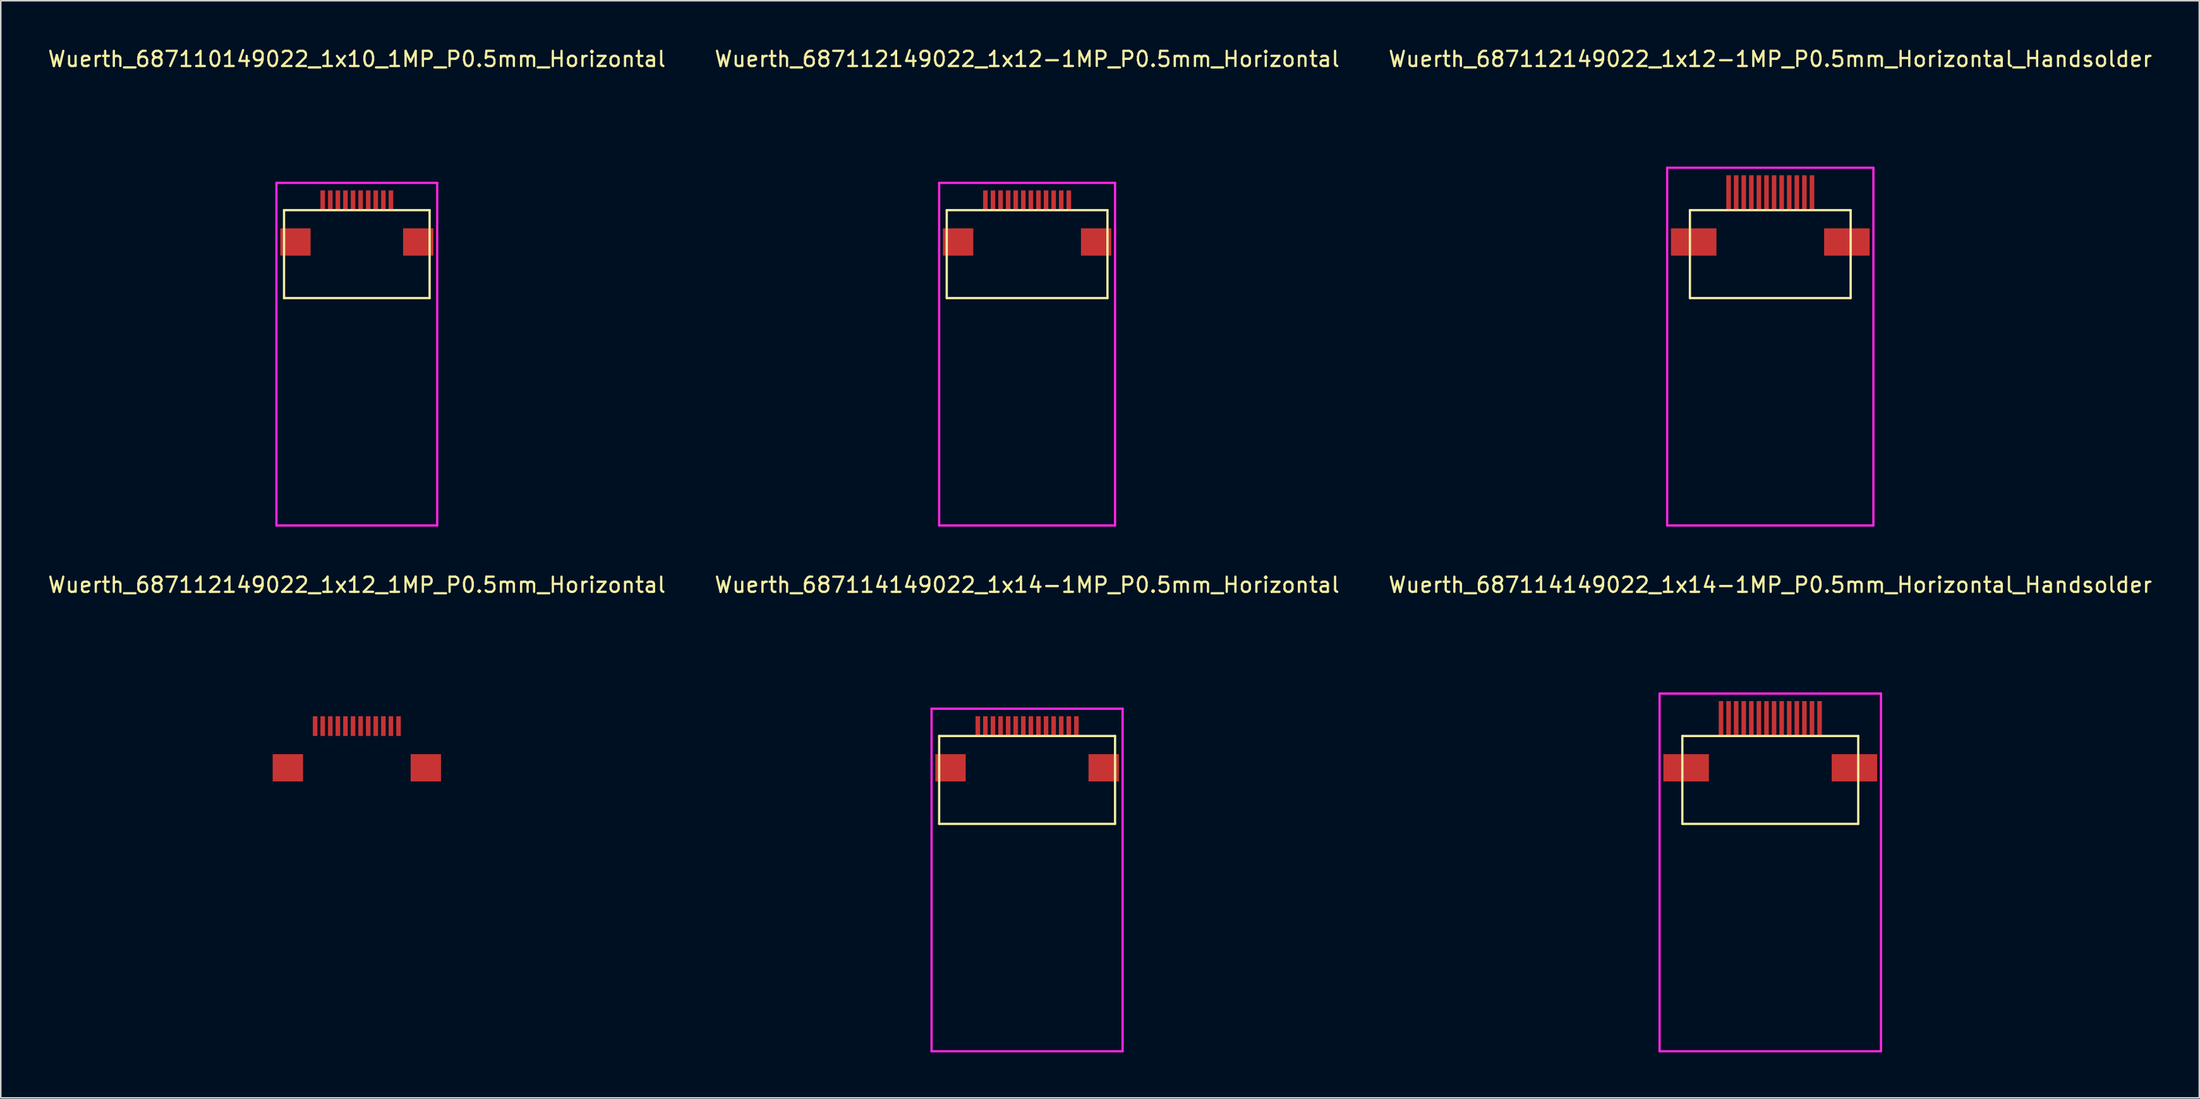
<source format=kicad_pcb>
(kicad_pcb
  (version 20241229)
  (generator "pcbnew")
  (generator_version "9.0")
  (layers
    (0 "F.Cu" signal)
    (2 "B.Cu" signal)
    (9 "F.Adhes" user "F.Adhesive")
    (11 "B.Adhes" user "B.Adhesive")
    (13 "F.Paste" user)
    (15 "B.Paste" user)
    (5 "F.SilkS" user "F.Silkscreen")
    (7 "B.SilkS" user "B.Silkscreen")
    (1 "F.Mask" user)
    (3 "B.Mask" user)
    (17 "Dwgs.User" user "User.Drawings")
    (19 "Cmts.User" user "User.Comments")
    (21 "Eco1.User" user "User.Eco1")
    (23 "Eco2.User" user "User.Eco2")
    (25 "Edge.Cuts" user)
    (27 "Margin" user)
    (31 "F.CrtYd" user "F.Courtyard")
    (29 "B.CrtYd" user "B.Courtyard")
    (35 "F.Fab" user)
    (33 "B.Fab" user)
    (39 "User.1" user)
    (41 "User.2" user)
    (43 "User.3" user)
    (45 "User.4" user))
  (footprint "Wuerth_687112149022_1x12-1MP_P0.5mm_Horizontal_Handsolder"
    (layer "F.Cu")
    (at 113.696 12.913)
    (property "Reference" "Wuerth_687112149022_1x12-1MP_P0.5mm_Horizontal_Handsolder" (at 0 -12.065 0) (layer "F.SilkS") (effects (font (size 1 1) (thickness 0.15))))
    (attr through_hole)
    (fp_line (start -5.3 -2.1) (end 5.3 -2.1) (stroke (width 0.15) (type solid)) (layer "F.SilkS"))
    (fp_line (start -5.3 3.7) (end -5.3 -2.1) (stroke (width 0.15) (type solid)) (layer "F.SilkS"))
    (fp_line (start 5.3 -2.1) (end 5.3 3.7) (stroke (width 0.15) (type solid)) (layer "F.SilkS"))
    (fp_line (start 5.3 3.7) (end -5.3 3.7) (stroke (width 0.15) (type solid)) (layer "F.SilkS"))
    (fp_line (start -6.8 -4.9) (end 6.8 -4.9) (stroke (width 0.15) (type solid)) (layer "F.CrtYd"))
    (fp_line (start -6.8 18.7) (end -6.8 -4.9) (stroke (width 0.15) (type solid)) (layer "F.CrtYd"))
    (fp_line (start 6.8 -4.9) (end 6.8 18.7) (stroke (width 0.15) (type solid)) (layer "F.CrtYd"))
    (fp_line (start 6.8 18.7) (end -6.8 18.7) (stroke (width 0.15) (type solid)) (layer "F.CrtYd"))
    (pad "1" smd rect (at -2.75 -3.25) (size 0.3 2.3) (layers "F.Cu" "F.Mask"))
    (pad "2" smd rect (at -2.25 -3.25) (size 0.3 2.3) (layers "F.Cu" "F.Mask"))
    (pad "3" smd rect (at -1.75 -3.25) (size 0.3 2.3) (layers "F.Cu" "F.Mask"))
    (pad "4" smd rect (at -1.25 -3.25) (size 0.3 2.3) (layers "F.Cu" "F.Mask"))
    (pad "5" smd rect (at -0.75 -3.25) (size 0.3 2.3) (layers "F.Cu" "F.Mask"))
    (pad "6" smd rect (at -0.25 -3.25) (size 0.3 2.3) (layers "F.Cu" "F.Mask"))
    (pad "7" smd rect (at 0.25 -3.25) (size 0.3 2.3) (layers "F.Cu" "F.Mask"))
    (pad "8" smd rect (at 0.75 -3.25) (size 0.3 2.3) (layers "F.Cu" "F.Mask"))
    (pad "9" smd rect (at 1.25 -3.25) (size 0.3 2.3) (layers "F.Cu" "F.Mask"))
    (pad "10" smd rect (at 1.75 -3.25) (size 0.3 2.3) (layers "F.Cu" "F.Mask"))
    (pad "11" smd rect (at 2.25 -3.25) (size 0.3 2.3) (layers "F.Cu" "F.Mask"))
    (pad "12" smd rect (at 2.75 -3.25) (size 0.3 2.3) (layers "F.Cu" "F.Mask"))
    (pad "MP" smd rect (at -5.05 0) (size 3 1.8) (layers "F.Cu" "F.Mask"))
    (pad "MP" smd rect (at 5.05 0) (size 3 1.8) (layers "F.Cu" "F.Mask")))
  (footprint "Wuerth_687114149022_1x14-1MP_P0.5mm_Horizontal_Handsolder"
    (layer "F.Cu")
    (at 113.696 47.602)
    (property "Reference" "Wuerth_687114149022_1x14-1MP_P0.5mm_Horizontal_Handsolder" (at 0 -12.065 0) (layer "F.SilkS") (effects (font (size 1 1) (thickness 0.15))))
    (attr through_hole)
    (fp_line (start -5.8 -2.1) (end 5.8 -2.1) (stroke (width 0.15) (type solid)) (layer "F.SilkS"))
    (fp_line (start -5.8 3.7) (end -5.8 -2.1) (stroke (width 0.15) (type solid)) (layer "F.SilkS"))
    (fp_line (start 5.8 -2.1) (end 5.8 3.7) (stroke (width 0.15) (type solid)) (layer "F.SilkS"))
    (fp_line (start 5.8 3.7) (end -5.8 3.7) (stroke (width 0.15) (type solid)) (layer "F.SilkS"))
    (fp_line (start -7.3 -4.9) (end 7.3 -4.9) (stroke (width 0.15) (type solid)) (layer "F.CrtYd"))
    (fp_line (start -7.3 18.7) (end -7.3 -4.9) (stroke (width 0.15) (type solid)) (layer "F.CrtYd"))
    (fp_line (start 7.3 -4.9) (end 7.3 18.7) (stroke (width 0.15) (type solid)) (layer "F.CrtYd"))
    (fp_line (start 7.3 18.7) (end -7.3 18.7) (stroke (width 0.15) (type solid)) (layer "F.CrtYd"))
    (pad "1" smd rect (at -3.25 -3.25) (size 0.3 2.3) (layers "F.Cu" "F.Mask"))
    (pad "2" smd rect (at -2.75 -3.25) (size 0.3 2.3) (layers "F.Cu" "F.Mask"))
    (pad "3" smd rect (at -2.25 -3.25) (size 0.3 2.3) (layers "F.Cu" "F.Mask"))
    (pad "4" smd rect (at -1.75 -3.25) (size 0.3 2.3) (layers "F.Cu" "F.Mask"))
    (pad "5" smd rect (at -1.25 -3.25) (size 0.3 2.3) (layers "F.Cu" "F.Mask"))
    (pad "6" smd rect (at -0.75 -3.25) (size 0.3 2.3) (layers "F.Cu" "F.Mask"))
    (pad "7" smd rect (at -0.25 -3.25) (size 0.3 2.3) (layers "F.Cu" "F.Mask"))
    (pad "8" smd rect (at 0.25 -3.25) (size 0.3 2.3) (layers "F.Cu" "F.Mask"))
    (pad "9" smd rect (at 0.75 -3.25) (size 0.3 2.3) (layers "F.Cu" "F.Mask"))
    (pad "10" smd rect (at 1.25 -3.25) (size 0.3 2.3) (layers "F.Cu" "F.Mask"))
    (pad "11" smd rect (at 1.75 -3.25) (size 0.3 2.3) (layers "F.Cu" "F.Mask"))
    (pad "12" smd rect (at 2.25 -3.25) (size 0.3 2.3) (layers "F.Cu" "F.Mask"))
    (pad "13" smd rect (at 2.75 -3.25) (size 0.3 2.3) (layers "F.Cu" "F.Mask"))
    (pad "14" smd rect (at 3.25 -3.25) (size 0.3 2.3) (layers "F.Cu" "F.Mask"))
    (pad "MP" smd rect (at -5.55 0) (size 3 1.8) (layers "F.Cu" "F.Mask"))
    (pad "MP" smd rect (at 5.55 0) (size 3 1.8) (layers "F.Cu" "F.Mask")))
  (footprint "Wuerth_687114149022_1x14-1MP_P0.5mm_Horizontal"
    (layer "F.Cu")
    (at 64.685 47.602)
    (property "Reference" "Wuerth_687114149022_1x14-1MP_P0.5mm_Horizontal" (at 0 -12.065 0) (layer "F.SilkS") (effects (font (size 1 1) (thickness 0.15))))
    (attr through_hole)
    (fp_line (start -5.8 -2.1) (end 5.8 -2.1) (stroke (width 0.15) (type solid)) (layer "F.SilkS"))
    (fp_line (start -5.8 3.7) (end -5.8 -2.1) (stroke (width 0.15) (type solid)) (layer "F.SilkS"))
    (fp_line (start 5.8 -2.1) (end 5.8 3.7) (stroke (width 0.15) (type solid)) (layer "F.SilkS"))
    (fp_line (start 5.8 3.7) (end -5.8 3.7) (stroke (width 0.15) (type solid)) (layer "F.SilkS"))
    (fp_line (start -6.3 -3.9) (end 6.3 -3.9) (stroke (width 0.15) (type solid)) (layer "F.CrtYd"))
    (fp_line (start -6.3 18.7) (end -6.3 -3.9) (stroke (width 0.15) (type solid)) (layer "F.CrtYd"))
    (fp_line (start 6.3 -3.9) (end 6.3 18.7) (stroke (width 0.15) (type solid)) (layer "F.CrtYd"))
    (fp_line (start 6.3 18.7) (end -6.3 18.7) (stroke (width 0.15) (type solid)) (layer "F.CrtYd"))
    (pad "1" smd rect (at -3.25 -2.75) (size 0.3 1.3) (layers "F.Cu" "F.Mask" "F.Paste"))
    (pad "2" smd rect (at -2.75 -2.75) (size 0.3 1.3) (layers "F.Cu" "F.Mask" "F.Paste"))
    (pad "3" smd rect (at -2.25 -2.75) (size 0.3 1.3) (layers "F.Cu" "F.Mask" "F.Paste"))
    (pad "4" smd rect (at -1.75 -2.75) (size 0.3 1.3) (layers "F.Cu" "F.Mask" "F.Paste"))
    (pad "5" smd rect (at -1.25 -2.75) (size 0.3 1.3) (layers "F.Cu" "F.Mask" "F.Paste"))
    (pad "6" smd rect (at -0.75 -2.75) (size 0.3 1.3) (layers "F.Cu" "F.Mask" "F.Paste"))
    (pad "7" smd rect (at -0.25 -2.75) (size 0.3 1.3) (layers "F.Cu" "F.Mask" "F.Paste"))
    (pad "8" smd rect (at 0.25 -2.75) (size 0.3 1.3) (layers "F.Cu" "F.Mask" "F.Paste"))
    (pad "9" smd rect (at 0.75 -2.75) (size 0.3 1.3) (layers "F.Cu" "F.Mask" "F.Paste"))
    (pad "10" smd rect (at 1.25 -2.75) (size 0.3 1.3) (layers "F.Cu" "F.Mask" "F.Paste"))
    (pad "11" smd rect (at 1.75 -2.75) (size 0.3 1.3) (layers "F.Cu" "F.Mask" "F.Paste"))
    (pad "12" smd rect (at 2.25 -2.75) (size 0.3 1.3) (layers "F.Cu" "F.Mask" "F.Paste"))
    (pad "13" smd rect (at 2.75 -2.75) (size 0.3 1.3) (layers "F.Cu" "F.Mask" "F.Paste"))
    (pad "14" smd rect (at 3.25 -2.75) (size 0.3 1.3) (layers "F.Cu" "F.Mask" "F.Paste"))
    (pad "MP" smd rect (at -5.05 0) (size 2 1.8) (layers "F.Cu" "F.Mask" "F.Paste"))
    (pad "MP" smd rect (at 5.05 0) (size 2 1.8) (layers "F.Cu" "F.Mask" "F.Paste")))
  (footprint "Wuerth_687112149022_1x12_1MP_P0.5mm_Horizontal"
    (layer "F.Cu")
    (at 20.482 47.602)
    (property "Reference" "Wuerth_687112149022_1x12_1MP_P0.5mm_Horizontal" (at 0 -12.065 0) (layer "F.SilkS") (effects (font (size 1 1) (thickness 0.15))))
    (attr through_hole)
    (pad "1" smd rect (at -2.75 -2.75) (size 0.3 1.3) (layers "F.Cu" "F.Mask"))
    (pad "2" smd rect (at -2.25 -2.75) (size 0.3 1.3) (layers "F.Cu" "F.Mask"))
    (pad "3" smd rect (at -1.75 -2.75) (size 0.3 1.3) (layers "F.Cu" "F.Mask"))
    (pad "4" smd rect (at -1.25 -2.75) (size 0.3 1.3) (layers "F.Cu" "F.Mask"))
    (pad "5" smd rect (at -0.75 -2.75) (size 0.3 1.3) (layers "F.Cu" "F.Mask"))
    (pad "6" smd rect (at -0.25 -2.75) (size 0.3 1.3) (layers "F.Cu" "F.Mask"))
    (pad "7" smd rect (at 0.25 -2.75) (size 0.3 1.3) (layers "F.Cu" "F.Mask"))
    (pad "8" smd rect (at 0.75 -2.75) (size 0.3 1.3) (layers "F.Cu" "F.Mask"))
    (pad "9" smd rect (at 1.25 -2.75) (size 0.3 1.3) (layers "F.Cu" "F.Mask"))
    (pad "10" smd rect (at 1.75 -2.75) (size 0.3 1.3) (layers "F.Cu" "F.Mask"))
    (pad "11" smd rect (at 2.25 -2.75) (size 0.3 1.3) (layers "F.Cu" "F.Mask"))
    (pad "12" smd rect (at 2.75 -2.75) (size 0.3 1.3) (layers "F.Cu" "F.Mask"))
    (pad "MP" smd rect (at -4.55 0) (size 2 1.8) (layers "F.Cu" "F.Mask"))
    (pad "MP" smd rect (at 4.55 0) (size 2 1.8) (layers "F.Cu" "F.Mask")))
  (footprint "Wuerth_687110149022_1x10_1MP_P0.5mm_Horizontal"
    (layer "F.Cu")
    (at 20.482 12.913)
    (property "Reference" "Wuerth_687110149022_1x10_1MP_P0.5mm_Horizontal" (at 0 -12.065 0) (layer "F.SilkS") (effects (font (size 1 1) (thickness 0.15))))
    (attr through_hole)
    (fp_line (start -4.8 -2.1) (end 4.8 -2.1) (stroke (width 0.15) (type solid)) (layer "F.SilkS"))
    (fp_line (start -4.8 3.7) (end -4.8 -2.1) (stroke (width 0.15) (type solid)) (layer "F.SilkS"))
    (fp_line (start 4.8 -2.1) (end 4.8 3.7) (stroke (width 0.15) (type solid)) (layer "F.SilkS"))
    (fp_line (start 4.8 3.7) (end -4.8 3.7) (stroke (width 0.15) (type solid)) (layer "F.SilkS"))
    (fp_line (start -5.3 -3.9) (end 5.3 -3.9) (stroke (width 0.15) (type solid)) (layer "F.CrtYd"))
    (fp_line (start -5.3 18.7) (end -5.3 -3.9) (stroke (width 0.15) (type solid)) (layer "F.CrtYd"))
    (fp_line (start 5.3 -3.9) (end 5.3 18.7) (stroke (width 0.15) (type solid)) (layer "F.CrtYd"))
    (fp_line (start 5.3 18.7) (end -5.3 18.7) (stroke (width 0.15) (type solid)) (layer "F.CrtYd"))
    (pad "1" smd rect (at -2.25 -2.75) (size 0.3 1.3) (layers "F.Cu" "F.Mask"))
    (pad "2" smd rect (at -1.75 -2.75) (size 0.3 1.3) (layers "F.Cu" "F.Mask"))
    (pad "3" smd rect (at -1.25 -2.75) (size 0.3 1.3) (layers "F.Cu" "F.Mask"))
    (pad "4" smd rect (at -0.75 -2.75) (size 0.3 1.3) (layers "F.Cu" "F.Mask"))
    (pad "5" smd rect (at -0.25 -2.75) (size 0.3 1.3) (layers "F.Cu" "F.Mask"))
    (pad "6" smd rect (at 0.25 -2.75) (size 0.3 1.3) (layers "F.Cu" "F.Mask"))
    (pad "7" smd rect (at 0.75 -2.75) (size 0.3 1.3) (layers "F.Cu" "F.Mask"))
    (pad "8" smd rect (at 1.25 -2.75) (size 0.3 1.3) (layers "F.Cu" "F.Mask"))
    (pad "9" smd rect (at 1.75 -2.75) (size 0.3 1.3) (layers "F.Cu" "F.Mask"))
    (pad "10" smd rect (at 2.25 -2.75) (size 0.3 1.3) (layers "F.Cu" "F.Mask"))
    (pad "MP" smd rect (at -4.05 0) (size 2 1.8) (layers "F.Cu" "F.Mask"))
    (pad "MP" smd rect (at 4.05 0) (size 2 1.8) (layers "F.Cu" "F.Mask")))
  (footprint "Wuerth_687112149022_1x12-1MP_P0.5mm_Horizontal"
    (layer "F.Cu")
    (at 64.685 12.913)
    (property "Reference" "Wuerth_687112149022_1x12-1MP_P0.5mm_Horizontal" (at 0 -12.065 0) (layer "F.SilkS") (effects (font (size 1 1) (thickness 0.15))))
    (attr through_hole)
    (fp_line (start -5.3 -2.1) (end 5.3 -2.1) (stroke (width 0.15) (type solid)) (layer "F.SilkS"))
    (fp_line (start -5.3 3.7) (end -5.3 -2.1) (stroke (width 0.15) (type solid)) (layer "F.SilkS"))
    (fp_line (start 5.3 -2.1) (end 5.3 3.7) (stroke (width 0.15) (type solid)) (layer "F.SilkS"))
    (fp_line (start 5.3 3.7) (end -5.3 3.7) (stroke (width 0.15) (type solid)) (layer "F.SilkS"))
    (fp_line (start -5.8 -3.9) (end 5.8 -3.9) (stroke (width 0.15) (type solid)) (layer "F.CrtYd"))
    (fp_line (start -5.8 18.7) (end -5.8 -3.9) (stroke (width 0.15) (type solid)) (layer "F.CrtYd"))
    (fp_line (start 5.8 -3.9) (end 5.8 18.7) (stroke (width 0.15) (type solid)) (layer "F.CrtYd"))
    (fp_line (start 5.8 18.7) (end -5.8 18.7) (stroke (width 0.15) (type solid)) (layer "F.CrtYd"))
    (pad "1" smd rect (at -2.75 -2.75) (size 0.3 1.3) (layers "F.Cu" "F.Mask" "F.Paste"))
    (pad "2" smd rect (at -2.25 -2.75) (size 0.3 1.3) (layers "F.Cu" "F.Mask" "F.Paste"))
    (pad "3" smd rect (at -1.75 -2.75) (size 0.3 1.3) (layers "F.Cu" "F.Mask" "F.Paste"))
    (pad "4" smd rect (at -1.25 -2.75) (size 0.3 1.3) (layers "F.Cu" "F.Mask" "F.Paste"))
    (pad "5" smd rect (at -0.75 -2.75) (size 0.3 1.3) (layers "F.Cu" "F.Mask" "F.Paste"))
    (pad "6" smd rect (at -0.25 -2.75) (size 0.3 1.3) (layers "F.Cu" "F.Mask" "F.Paste"))
    (pad "7" smd rect (at 0.25 -2.75) (size 0.3 1.3) (layers "F.Cu" "F.Mask" "F.Paste"))
    (pad "8" smd rect (at 0.75 -2.75) (size 0.3 1.3) (layers "F.Cu" "F.Mask" "F.Paste"))
    (pad "9" smd rect (at 1.25 -2.75) (size 0.3 1.3) (layers "F.Cu" "F.Mask" "F.Paste"))
    (pad "10" smd rect (at 1.75 -2.75) (size 0.3 1.3) (layers "F.Cu" "F.Mask" "F.Paste"))
    (pad "11" smd rect (at 2.25 -2.75) (size 0.3 1.3) (layers "F.Cu" "F.Mask" "F.Paste"))
    (pad "12" smd rect (at 2.75 -2.75) (size 0.3 1.3) (layers "F.Cu" "F.Mask" "F.Paste"))
    (pad "MP" smd rect (at -4.55 0) (size 2 1.8) (layers "F.Cu" "F.Mask" "F.Paste"))
    (pad "MP" smd rect (at 4.55 0) (size 2 1.8) (layers "F.Cu" "F.Mask" "F.Paste")))
  (gr_rect
    (start -3 -3)
    (end 141.988 69.376)
    (stroke (width 0.1) (type default))
    (fill no)
    (layer "Edge.Cuts")))
</source>
